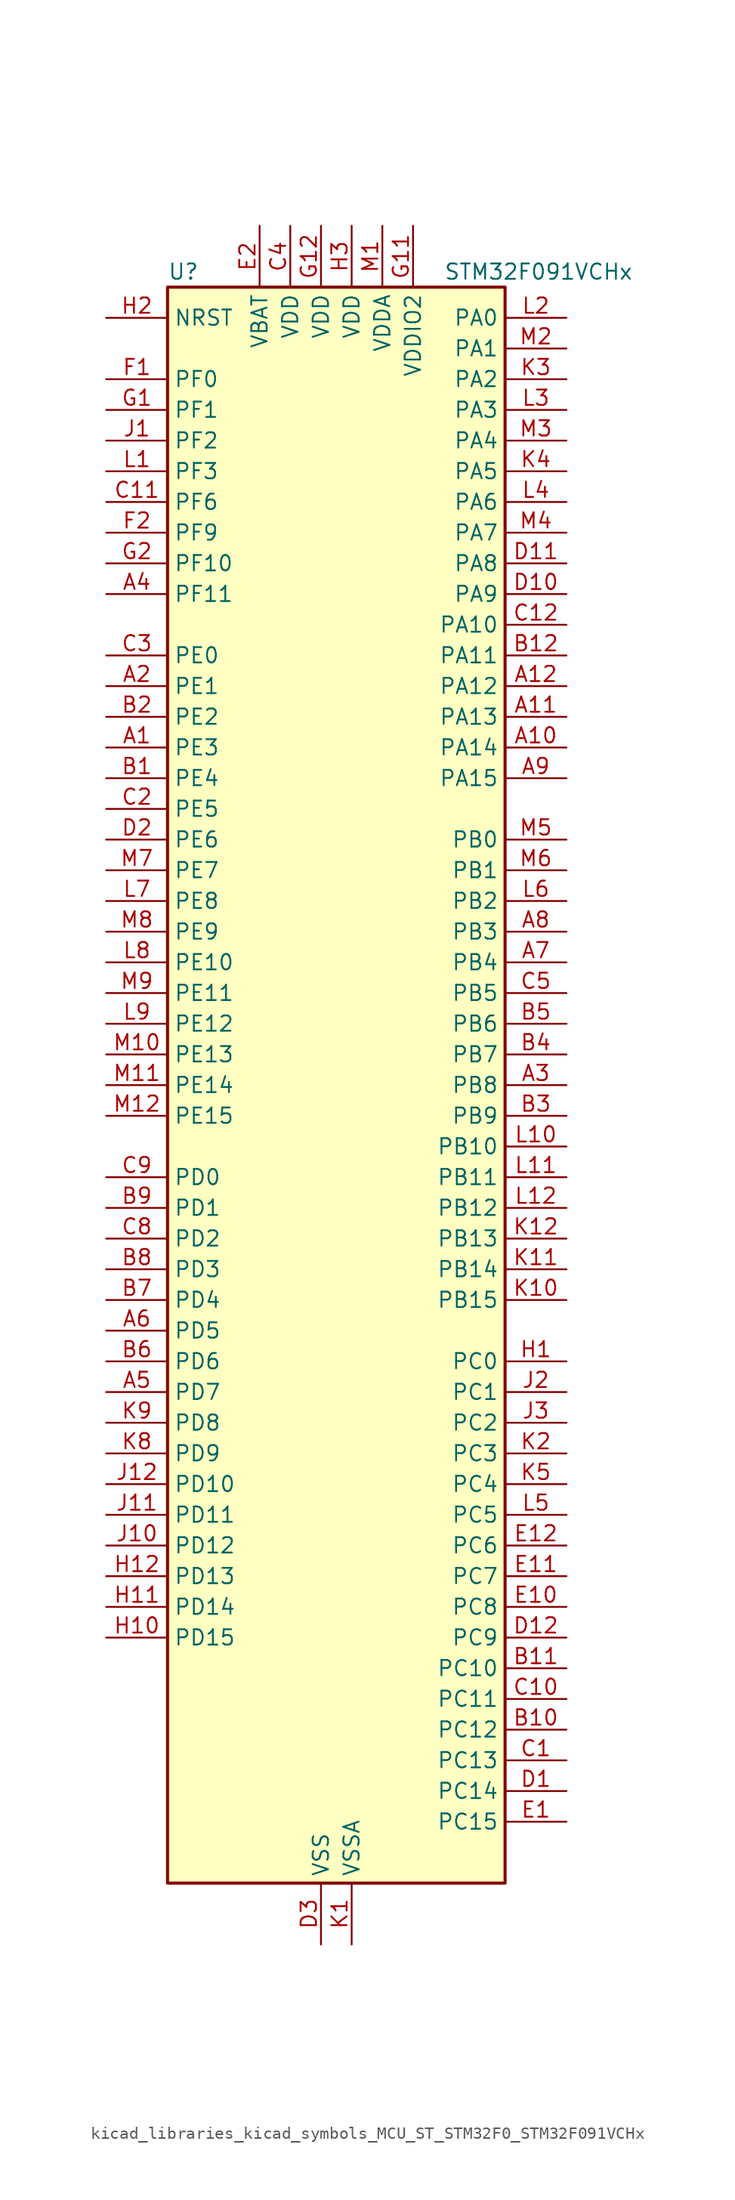
<source format=kicad_sym>
(kicad_symbol_lib
  (version 20220914)
  (generator kicad_symbol_editor)
  (symbol "kicad_libraries_kicad_symbols_MCU_ST_STM32F0_STM32F091VCHx"
    (property "Reference" "U"
      (at -12.7 67.31 0)
      (effects (font (size 1.27 1.27)) (justify left)))
    (property "Value" "STM32F091VCHx"
      (at 10.16 67.31 0)
      (effects (font (size 1.27 1.27)) (justify left)))
    (property "ki_locked" ""
      (at 0 0 0)
      (effects (font (size 1.27 1.27))))
    (symbol "kicad_libraries_kicad_symbols_MCU_ST_STM32F0_STM32F091VCHx_0_1"
      (rectangle (start -12.7 -66.04) (end 15.24 66.04) (stroke (width 0.254) (type default)) (fill (type background))))
    (symbol "kicad_libraries_kicad_symbols_MCU_ST_STM32F0_STM32F091VCHx_1_1"
      (pin bidirectional line (at -17.78 27.94 0) (length 5.08) (name "PE3" (effects (font (size 1.27 1.27)))) (number "A1" (effects (font (size 1.27 1.27)))) (alternate "TIM3_CH1" bidirectional line) (alternate "TSC_G7_IO2" bidirectional line))
      (pin bidirectional line (at 20.32 27.94 180) (length 5.08) (name "PA14" (effects (font (size 1.27 1.27)))) (number "A10" (effects (font (size 1.27 1.27)))) (alternate "SYS_SWCLK" bidirectional line) (alternate "USART2_TX" bidirectional line))
      (pin bidirectional line (at 20.32 30.48 180) (length 5.08) (name "PA13" (effects (font (size 1.27 1.27)))) (number "A11" (effects (font (size 1.27 1.27)))) (alternate "IR_OUT" bidirectional line) (alternate "SYS_SWDIO" bidirectional line))
      (pin bidirectional line (at 20.32 33.02 180) (length 5.08) (name "PA12" (effects (font (size 1.27 1.27)))) (number "A12" (effects (font (size 1.27 1.27)))) (alternate "CAN_TX" bidirectional line) (alternate "COMP2_OUT" bidirectional line) (alternate "I2C2_SDA" bidirectional line) (alternate "TIM1_ETR" bidirectional line) (alternate "TSC_G4_IO4" bidirectional line) (alternate "USART1_DE" bidirectional line) (alternate "USART1_RTS" bidirectional line))
      (pin bidirectional line (at -17.78 33.02 0) (length 5.08) (name "PE1" (effects (font (size 1.27 1.27)))) (number "A2" (effects (font (size 1.27 1.27)))) (alternate "TIM17_CH1" bidirectional line))
      (pin bidirectional line (at 20.32 0 180) (length 5.08) (name "PB8" (effects (font (size 1.27 1.27)))) (number "A3" (effects (font (size 1.27 1.27)))) (alternate "CAN_RX" bidirectional line) (alternate "CEC" bidirectional line) (alternate "I2C1_SCL" bidirectional line) (alternate "TIM16_CH1" bidirectional line) (alternate "TSC_SYNC" bidirectional line))
      (pin bidirectional line (at -17.78 40.64 0) (length 5.08) (name "PF11" (effects (font (size 1.27 1.27)))) (number "A4" (effects (font (size 1.27 1.27)))))
      (pin bidirectional line (at -17.78 -25.4 0) (length 5.08) (name "PD7" (effects (font (size 1.27 1.27)))) (number "A5" (effects (font (size 1.27 1.27)))) (alternate "USART2_CK" bidirectional line))
      (pin bidirectional line (at -17.78 -20.32 0) (length 5.08) (name "PD5" (effects (font (size 1.27 1.27)))) (number "A6" (effects (font (size 1.27 1.27)))) (alternate "USART2_TX" bidirectional line))
      (pin bidirectional line (at 20.32 10.16 180) (length 5.08) (name "PB4" (effects (font (size 1.27 1.27)))) (number "A7" (effects (font (size 1.27 1.27)))) (alternate "I2S1_MCK" bidirectional line) (alternate "SPI1_MISO" bidirectional line) (alternate "TIM17_BKIN" bidirectional line) (alternate "TIM3_CH1" bidirectional line) (alternate "TSC_G5_IO2" bidirectional line) (alternate "USART5_RX" bidirectional line))
      (pin bidirectional line (at 20.32 12.7 180) (length 5.08) (name "PB3" (effects (font (size 1.27 1.27)))) (number "A8" (effects (font (size 1.27 1.27)))) (alternate "I2S1_CK" bidirectional line) (alternate "SPI1_SCK" bidirectional line) (alternate "TIM2_CH2" bidirectional line) (alternate "TSC_G5_IO1" bidirectional line) (alternate "USART5_TX" bidirectional line))
      (pin bidirectional line (at 20.32 25.4 180) (length 5.08) (name "PA15" (effects (font (size 1.27 1.27)))) (number "A9" (effects (font (size 1.27 1.27)))) (alternate "I2S1_WS" bidirectional line) (alternate "SPI1_NSS" bidirectional line) (alternate "TIM2_CH1" bidirectional line) (alternate "TIM2_ETR" bidirectional line) (alternate "USART2_RX" bidirectional line) (alternate "USART4_DE" bidirectional line) (alternate "USART4_RTS" bidirectional line))
      (pin bidirectional line (at -17.78 25.4 0) (length 5.08) (name "PE4" (effects (font (size 1.27 1.27)))) (number "B1" (effects (font (size 1.27 1.27)))) (alternate "TIM3_CH2" bidirectional line) (alternate "TSC_G7_IO3" bidirectional line))
      (pin bidirectional line (at 20.32 -53.34 180) (length 5.08) (name "PC12" (effects (font (size 1.27 1.27)))) (number "B10" (effects (font (size 1.27 1.27)))) (alternate "USART3_CK" bidirectional line) (alternate "USART4_CK" bidirectional line) (alternate "USART5_TX" bidirectional line))
      (pin bidirectional line (at 20.32 -48.26 180) (length 5.08) (name "PC10" (effects (font (size 1.27 1.27)))) (number "B11" (effects (font (size 1.27 1.27)))) (alternate "USART3_TX" bidirectional line) (alternate "USART4_TX" bidirectional line))
      (pin bidirectional line (at 20.32 35.56 180) (length 5.08) (name "PA11" (effects (font (size 1.27 1.27)))) (number "B12" (effects (font (size 1.27 1.27)))) (alternate "CAN_RX" bidirectional line) (alternate "COMP1_OUT" bidirectional line) (alternate "I2C2_SCL" bidirectional line) (alternate "TIM1_CH4" bidirectional line) (alternate "TSC_G4_IO3" bidirectional line) (alternate "USART1_CTS" bidirectional line))
      (pin bidirectional line (at -17.78 30.48 0) (length 5.08) (name "PE2" (effects (font (size 1.27 1.27)))) (number "B2" (effects (font (size 1.27 1.27)))) (alternate "TIM3_ETR" bidirectional line) (alternate "TSC_G7_IO1" bidirectional line))
      (pin bidirectional line (at 20.32 -2.54 180) (length 5.08) (name "PB9" (effects (font (size 1.27 1.27)))) (number "B3" (effects (font (size 1.27 1.27)))) (alternate "CAN_TX" bidirectional line) (alternate "DAC_EXTI9" bidirectional line) (alternate "I2C1_SDA" bidirectional line) (alternate "I2S2_WS" bidirectional line) (alternate "IR_OUT" bidirectional line) (alternate "SPI2_NSS" bidirectional line) (alternate "TIM17_CH1" bidirectional line))
      (pin bidirectional line (at 20.32 2.54 180) (length 5.08) (name "PB7" (effects (font (size 1.27 1.27)))) (number "B4" (effects (font (size 1.27 1.27)))) (alternate "I2C1_SDA" bidirectional line) (alternate "TIM17_CH1N" bidirectional line) (alternate "TSC_G5_IO4" bidirectional line) (alternate "USART1_RX" bidirectional line) (alternate "USART4_CTS" bidirectional line))
      (pin bidirectional line (at 20.32 5.08 180) (length 5.08) (name "PB6" (effects (font (size 1.27 1.27)))) (number "B5" (effects (font (size 1.27 1.27)))) (alternate "I2C1_SCL" bidirectional line) (alternate "TIM16_CH1N" bidirectional line) (alternate "TSC_G5_IO3" bidirectional line) (alternate "USART1_TX" bidirectional line))
      (pin bidirectional line (at -17.78 -22.86 0) (length 5.08) (name "PD6" (effects (font (size 1.27 1.27)))) (number "B6" (effects (font (size 1.27 1.27)))) (alternate "USART2_RX" bidirectional line))
      (pin bidirectional line (at -17.78 -17.78 0) (length 5.08) (name "PD4" (effects (font (size 1.27 1.27)))) (number "B7" (effects (font (size 1.27 1.27)))) (alternate "I2S2_SD" bidirectional line) (alternate "SPI2_MOSI" bidirectional line) (alternate "USART2_DE" bidirectional line) (alternate "USART2_RTS" bidirectional line))
      (pin bidirectional line (at -17.78 -15.24 0) (length 5.08) (name "PD3" (effects (font (size 1.27 1.27)))) (number "B8" (effects (font (size 1.27 1.27)))) (alternate "I2S2_MCK" bidirectional line) (alternate "SPI2_MISO" bidirectional line) (alternate "USART2_CTS" bidirectional line))
      (pin bidirectional line (at -17.78 -10.16 0) (length 5.08) (name "PD1" (effects (font (size 1.27 1.27)))) (number "B9" (effects (font (size 1.27 1.27)))) (alternate "CAN_TX" bidirectional line) (alternate "I2S2_CK" bidirectional line) (alternate "SPI2_SCK" bidirectional line))
      (pin bidirectional line (at 20.32 -55.88 180) (length 5.08) (name "PC13" (effects (font (size 1.27 1.27)))) (number "C1" (effects (font (size 1.27 1.27)))) (alternate "RTC_OUT_ALARM" bidirectional line) (alternate "RTC_OUT_CALIB" bidirectional line) (alternate "RTC_TAMP1" bidirectional line) (alternate "RTC_TS" bidirectional line) (alternate "SYS_WKUP2" bidirectional line))
      (pin bidirectional line (at 20.32 -50.8 180) (length 5.08) (name "PC11" (effects (font (size 1.27 1.27)))) (number "C10" (effects (font (size 1.27 1.27)))) (alternate "USART3_RX" bidirectional line) (alternate "USART4_RX" bidirectional line))
      (pin bidirectional line (at -17.78 48.26 0) (length 5.08) (name "PF6" (effects (font (size 1.27 1.27)))) (number "C11" (effects (font (size 1.27 1.27)))))
      (pin bidirectional line (at 20.32 38.1 180) (length 5.08) (name "PA10" (effects (font (size 1.27 1.27)))) (number "C12" (effects (font (size 1.27 1.27)))) (alternate "I2C1_SDA" bidirectional line) (alternate "TIM17_BKIN" bidirectional line) (alternate "TIM1_CH3" bidirectional line) (alternate "TSC_G4_IO2" bidirectional line) (alternate "USART1_RX" bidirectional line))
      (pin bidirectional line (at -17.78 22.86 0) (length 5.08) (name "PE5" (effects (font (size 1.27 1.27)))) (number "C2" (effects (font (size 1.27 1.27)))) (alternate "TIM3_CH3" bidirectional line) (alternate "TSC_G7_IO4" bidirectional line))
      (pin bidirectional line (at -17.78 35.56 0) (length 5.08) (name "PE0" (effects (font (size 1.27 1.27)))) (number "C3" (effects (font (size 1.27 1.27)))) (alternate "TIM16_CH1" bidirectional line))
      (pin power_in line (at -2.54 71.12 270) (length 5.08) (name "VDD" (effects (font (size 1.27 1.27)))) (number "C4" (effects (font (size 1.27 1.27)))))
      (pin bidirectional line (at 20.32 7.62 180) (length 5.08) (name "PB5" (effects (font (size 1.27 1.27)))) (number "C5" (effects (font (size 1.27 1.27)))) (alternate "I2C1_SMBA" bidirectional line) (alternate "I2S1_SD" bidirectional line) (alternate "SPI1_MOSI" bidirectional line) (alternate "SYS_WKUP6" bidirectional line) (alternate "TIM16_BKIN" bidirectional line) (alternate "TIM3_CH2" bidirectional line) (alternate "USART5_CK" bidirectional line) (alternate "USART5_DE" bidirectional line) (alternate "USART5_RTS" bidirectional line))
      (pin bidirectional line (at -17.78 -12.7 0) (length 5.08) (name "PD2" (effects (font (size 1.27 1.27)))) (number "C8" (effects (font (size 1.27 1.27)))) (alternate "TIM3_ETR" bidirectional line) (alternate "USART3_DE" bidirectional line) (alternate "USART3_RTS" bidirectional line) (alternate "USART5_RX" bidirectional line))
      (pin bidirectional line (at -17.78 -7.62 0) (length 5.08) (name "PD0" (effects (font (size 1.27 1.27)))) (number "C9" (effects (font (size 1.27 1.27)))) (alternate "CAN_RX" bidirectional line) (alternate "I2S2_WS" bidirectional line) (alternate "SPI2_NSS" bidirectional line))
      (pin bidirectional line (at 20.32 -58.42 180) (length 5.08) (name "PC14" (effects (font (size 1.27 1.27)))) (number "D1" (effects (font (size 1.27 1.27)))) (alternate "RCC_OSC32_IN" bidirectional line))
      (pin bidirectional line (at 20.32 40.64 180) (length 5.08) (name "PA9" (effects (font (size 1.27 1.27)))) (number "D10" (effects (font (size 1.27 1.27)))) (alternate "DAC_EXTI9" bidirectional line) (alternate "I2C1_SCL" bidirectional line) (alternate "RCC_MCO" bidirectional line) (alternate "TIM15_BKIN" bidirectional line) (alternate "TIM1_CH2" bidirectional line) (alternate "TSC_G4_IO1" bidirectional line) (alternate "USART1_TX" bidirectional line))
      (pin bidirectional line (at 20.32 43.18 180) (length 5.08) (name "PA8" (effects (font (size 1.27 1.27)))) (number "D11" (effects (font (size 1.27 1.27)))) (alternate "CRS_SYNC" bidirectional line) (alternate "RCC_MCO" bidirectional line) (alternate "TIM1_CH1" bidirectional line) (alternate "USART1_CK" bidirectional line))
      (pin bidirectional line (at 20.32 -45.72 180) (length 5.08) (name "PC9" (effects (font (size 1.27 1.27)))) (number "D12" (effects (font (size 1.27 1.27)))) (alternate "DAC_EXTI9" bidirectional line) (alternate "TIM3_CH4" bidirectional line) (alternate "USART8_RX" bidirectional line))
      (pin bidirectional line (at -17.78 20.32 0) (length 5.08) (name "PE6" (effects (font (size 1.27 1.27)))) (number "D2" (effects (font (size 1.27 1.27)))) (alternate "RTC_TAMP3" bidirectional line) (alternate "SYS_WKUP3" bidirectional line) (alternate "TIM3_CH4" bidirectional line))
      (pin power_in line (at 0 -71.12 90) (length 5.08) (name "VSS" (effects (font (size 1.27 1.27)))) (number "D3" (effects (font (size 1.27 1.27)))))
      (pin bidirectional line (at 20.32 -60.96 180) (length 5.08) (name "PC15" (effects (font (size 1.27 1.27)))) (number "E1" (effects (font (size 1.27 1.27)))) (alternate "RCC_OSC32_OUT" bidirectional line))
      (pin bidirectional line (at 20.32 -43.18 180) (length 5.08) (name "PC8" (effects (font (size 1.27 1.27)))) (number "E10" (effects (font (size 1.27 1.27)))) (alternate "TIM3_CH3" bidirectional line) (alternate "USART8_TX" bidirectional line))
      (pin bidirectional line (at 20.32 -40.64 180) (length 5.08) (name "PC7" (effects (font (size 1.27 1.27)))) (number "E11" (effects (font (size 1.27 1.27)))) (alternate "TIM3_CH2" bidirectional line) (alternate "USART7_RX" bidirectional line))
      (pin bidirectional line (at 20.32 -38.1 180) (length 5.08) (name "PC6" (effects (font (size 1.27 1.27)))) (number "E12" (effects (font (size 1.27 1.27)))) (alternate "TIM3_CH1" bidirectional line) (alternate "USART7_TX" bidirectional line))
      (pin power_in line (at -5.08 71.12 270) (length 5.08) (name "VBAT" (effects (font (size 1.27 1.27)))) (number "E2" (effects (font (size 1.27 1.27)))))
      (pin no_connect line (at -12.7 -66.04 0) (length 5.08) hide (name "NC" (effects (font (size 1.27 1.27)))) (number "E3" (effects (font (size 1.27 1.27)))))
      (pin bidirectional line (at -17.78 58.42 0) (length 5.08) (name "PF0" (effects (font (size 1.27 1.27)))) (number "F1" (effects (font (size 1.27 1.27)))) (alternate "CRS_SYNC" bidirectional line) (alternate "I2C1_SDA" bidirectional line) (alternate "RCC_OSC_IN" bidirectional line))
      (pin passive line (at 0 -71.12 90) (length 5.08) hide (name "VSS" (effects (font (size 1.27 1.27)))) (number "F11" (effects (font (size 1.27 1.27)))))
      (pin passive line (at 0 -71.12 90) (length 5.08) hide (name "VSS" (effects (font (size 1.27 1.27)))) (number "F12" (effects (font (size 1.27 1.27)))))
      (pin bidirectional line (at -17.78 45.72 0) (length 5.08) (name "PF9" (effects (font (size 1.27 1.27)))) (number "F2" (effects (font (size 1.27 1.27)))) (alternate "DAC_EXTI9" bidirectional line) (alternate "TIM15_CH1" bidirectional line) (alternate "USART6_TX" bidirectional line))
      (pin bidirectional line (at -17.78 55.88 0) (length 5.08) (name "PF1" (effects (font (size 1.27 1.27)))) (number "G1" (effects (font (size 1.27 1.27)))) (alternate "I2C1_SCL" bidirectional line) (alternate "RCC_OSC_OUT" bidirectional line))
      (pin power_in line (at 7.62 71.12 270) (length 5.08) (name "VDDIO2" (effects (font (size 1.27 1.27)))) (number "G11" (effects (font (size 1.27 1.27)))))
      (pin power_in line (at 0 71.12 270) (length 5.08) (name "VDD" (effects (font (size 1.27 1.27)))) (number "G12" (effects (font (size 1.27 1.27)))))
      (pin bidirectional line (at -17.78 43.18 0) (length 5.08) (name "PF10" (effects (font (size 1.27 1.27)))) (number "G2" (effects (font (size 1.27 1.27)))) (alternate "TIM15_CH2" bidirectional line) (alternate "USART6_RX" bidirectional line))
      (pin bidirectional line (at 20.32 -22.86 180) (length 5.08) (name "PC0" (effects (font (size 1.27 1.27)))) (number "H1" (effects (font (size 1.27 1.27)))) (alternate "ADC_IN10" bidirectional line) (alternate "USART6_TX" bidirectional line) (alternate "USART7_TX" bidirectional line))
      (pin bidirectional line (at -17.78 -45.72 0) (length 5.08) (name "PD15" (effects (font (size 1.27 1.27)))) (number "H10" (effects (font (size 1.27 1.27)))) (alternate "CRS_SYNC" bidirectional line) (alternate "TSC_G8_IO4" bidirectional line) (alternate "USART7_CK" bidirectional line) (alternate "USART7_DE" bidirectional line) (alternate "USART7_RTS" bidirectional line))
      (pin bidirectional line (at -17.78 -43.18 0) (length 5.08) (name "PD14" (effects (font (size 1.27 1.27)))) (number "H11" (effects (font (size 1.27 1.27)))) (alternate "TSC_G8_IO3" bidirectional line) (alternate "USART8_RX" bidirectional line))
      (pin bidirectional line (at -17.78 -40.64 0) (length 5.08) (name "PD13" (effects (font (size 1.27 1.27)))) (number "H12" (effects (font (size 1.27 1.27)))) (alternate "TSC_G8_IO2" bidirectional line) (alternate "USART8_TX" bidirectional line))
      (pin input line (at -17.78 63.5 0) (length 5.08) (name "NRST" (effects (font (size 1.27 1.27)))) (number "H2" (effects (font (size 1.27 1.27)))))
      (pin power_in line (at 2.54 71.12 270) (length 5.08) (name "VDD" (effects (font (size 1.27 1.27)))) (number "H3" (effects (font (size 1.27 1.27)))))
      (pin bidirectional line (at -17.78 53.34 0) (length 5.08) (name "PF2" (effects (font (size 1.27 1.27)))) (number "J1" (effects (font (size 1.27 1.27)))) (alternate "SYS_WKUP8" bidirectional line) (alternate "USART7_CK" bidirectional line) (alternate "USART7_DE" bidirectional line) (alternate "USART7_RTS" bidirectional line) (alternate "USART7_TX" bidirectional line))
      (pin bidirectional line (at -17.78 -38.1 0) (length 5.08) (name "PD12" (effects (font (size 1.27 1.27)))) (number "J10" (effects (font (size 1.27 1.27)))) (alternate "TSC_G8_IO1" bidirectional line) (alternate "USART3_DE" bidirectional line) (alternate "USART3_RTS" bidirectional line) (alternate "USART8_CK" bidirectional line) (alternate "USART8_DE" bidirectional line) (alternate "USART8_RTS" bidirectional line))
      (pin bidirectional line (at -17.78 -35.56 0) (length 5.08) (name "PD11" (effects (font (size 1.27 1.27)))) (number "J11" (effects (font (size 1.27 1.27)))) (alternate "USART3_CTS" bidirectional line))
      (pin bidirectional line (at -17.78 -33.02 0) (length 5.08) (name "PD10" (effects (font (size 1.27 1.27)))) (number "J12" (effects (font (size 1.27 1.27)))) (alternate "USART3_CK" bidirectional line))
      (pin bidirectional line (at 20.32 -25.4 180) (length 5.08) (name "PC1" (effects (font (size 1.27 1.27)))) (number "J2" (effects (font (size 1.27 1.27)))) (alternate "ADC_IN11" bidirectional line) (alternate "USART6_RX" bidirectional line) (alternate "USART7_RX" bidirectional line))
      (pin bidirectional line (at 20.32 -27.94 180) (length 5.08) (name "PC2" (effects (font (size 1.27 1.27)))) (number "J3" (effects (font (size 1.27 1.27)))) (alternate "ADC_IN12" bidirectional line) (alternate "I2S2_MCK" bidirectional line) (alternate "SPI2_MISO" bidirectional line) (alternate "USART8_TX" bidirectional line))
      (pin power_in line (at 2.54 -71.12 90) (length 5.08) (name "VSSA" (effects (font (size 1.27 1.27)))) (number "K1" (effects (font (size 1.27 1.27)))))
      (pin bidirectional line (at 20.32 -17.78 180) (length 5.08) (name "PB15" (effects (font (size 1.27 1.27)))) (number "K10" (effects (font (size 1.27 1.27)))) (alternate "I2S2_SD" bidirectional line) (alternate "RTC_REFIN" bidirectional line) (alternate "SPI2_MOSI" bidirectional line) (alternate "SYS_WKUP7" bidirectional line) (alternate "TIM15_CH1N" bidirectional line) (alternate "TIM15_CH2" bidirectional line) (alternate "TIM1_CH3N" bidirectional line))
      (pin bidirectional line (at 20.32 -15.24 180) (length 5.08) (name "PB14" (effects (font (size 1.27 1.27)))) (number "K11" (effects (font (size 1.27 1.27)))) (alternate "I2C2_SDA" bidirectional line) (alternate "I2S2_MCK" bidirectional line) (alternate "SPI2_MISO" bidirectional line) (alternate "TIM15_CH1" bidirectional line) (alternate "TIM1_CH2N" bidirectional line) (alternate "TSC_G6_IO4" bidirectional line) (alternate "USART3_DE" bidirectional line) (alternate "USART3_RTS" bidirectional line))
      (pin bidirectional line (at 20.32 -12.7 180) (length 5.08) (name "PB13" (effects (font (size 1.27 1.27)))) (number "K12" (effects (font (size 1.27 1.27)))) (alternate "I2C2_SCL" bidirectional line) (alternate "I2S2_CK" bidirectional line) (alternate "SPI2_SCK" bidirectional line) (alternate "TIM1_CH1N" bidirectional line) (alternate "TSC_G6_IO3" bidirectional line) (alternate "USART3_CTS" bidirectional line))
      (pin bidirectional line (at 20.32 -30.48 180) (length 5.08) (name "PC3" (effects (font (size 1.27 1.27)))) (number "K2" (effects (font (size 1.27 1.27)))) (alternate "ADC_IN13" bidirectional line) (alternate "I2S2_SD" bidirectional line) (alternate "SPI2_MOSI" bidirectional line) (alternate "USART8_RX" bidirectional line))
      (pin bidirectional line (at 20.32 58.42 180) (length 5.08) (name "PA2" (effects (font (size 1.27 1.27)))) (number "K3" (effects (font (size 1.27 1.27)))) (alternate "ADC_IN2" bidirectional line) (alternate "COMP2_INM" bidirectional line) (alternate "COMP2_OUT" bidirectional line) (alternate "SYS_WKUP4" bidirectional line) (alternate "TIM15_CH1" bidirectional line) (alternate "TIM2_CH3" bidirectional line) (alternate "TSC_G1_IO3" bidirectional line) (alternate "USART2_TX" bidirectional line))
      (pin bidirectional line (at 20.32 50.8 180) (length 5.08) (name "PA5" (effects (font (size 1.27 1.27)))) (number "K4" (effects (font (size 1.27 1.27)))) (alternate "ADC_IN5" bidirectional line) (alternate "CEC" bidirectional line) (alternate "COMP1_INM" bidirectional line) (alternate "COMP2_INM" bidirectional line) (alternate "DAC_OUT2" bidirectional line) (alternate "I2S1_CK" bidirectional line) (alternate "SPI1_SCK" bidirectional line) (alternate "TIM2_CH1" bidirectional line) (alternate "TIM2_ETR" bidirectional line) (alternate "TSC_G2_IO2" bidirectional line) (alternate "USART6_RX" bidirectional line))
      (pin bidirectional line (at 20.32 -33.02 180) (length 5.08) (name "PC4" (effects (font (size 1.27 1.27)))) (number "K5" (effects (font (size 1.27 1.27)))) (alternate "ADC_IN14" bidirectional line) (alternate "USART3_TX" bidirectional line))
      (pin bidirectional line (at -17.78 -30.48 0) (length 5.08) (name "PD9" (effects (font (size 1.27 1.27)))) (number "K8" (effects (font (size 1.27 1.27)))) (alternate "DAC_EXTI9" bidirectional line) (alternate "USART3_RX" bidirectional line))
      (pin bidirectional line (at -17.78 -27.94 0) (length 5.08) (name "PD8" (effects (font (size 1.27 1.27)))) (number "K9" (effects (font (size 1.27 1.27)))) (alternate "USART3_TX" bidirectional line))
      (pin bidirectional line (at -17.78 50.8 0) (length 5.08) (name "PF3" (effects (font (size 1.27 1.27)))) (number "L1" (effects (font (size 1.27 1.27)))) (alternate "USART6_CK" bidirectional line) (alternate "USART6_DE" bidirectional line) (alternate "USART6_RTS" bidirectional line) (alternate "USART7_RX" bidirectional line))
      (pin bidirectional line (at 20.32 -5.08 180) (length 5.08) (name "PB10" (effects (font (size 1.27 1.27)))) (number "L10" (effects (font (size 1.27 1.27)))) (alternate "CEC" bidirectional line) (alternate "I2C2_SCL" bidirectional line) (alternate "I2S2_CK" bidirectional line) (alternate "SPI2_SCK" bidirectional line) (alternate "TIM2_CH3" bidirectional line) (alternate "TSC_SYNC" bidirectional line) (alternate "USART3_TX" bidirectional line))
      (pin bidirectional line (at 20.32 -7.62 180) (length 5.08) (name "PB11" (effects (font (size 1.27 1.27)))) (number "L11" (effects (font (size 1.27 1.27)))) (alternate "I2C2_SDA" bidirectional line) (alternate "TIM2_CH4" bidirectional line) (alternate "TSC_G6_IO1" bidirectional line) (alternate "USART3_RX" bidirectional line))
      (pin bidirectional line (at 20.32 -10.16 180) (length 5.08) (name "PB12" (effects (font (size 1.27 1.27)))) (number "L12" (effects (font (size 1.27 1.27)))) (alternate "I2S2_WS" bidirectional line) (alternate "SPI2_NSS" bidirectional line) (alternate "TIM15_BKIN" bidirectional line) (alternate "TIM1_BKIN" bidirectional line) (alternate "TSC_G6_IO2" bidirectional line) (alternate "USART3_CK" bidirectional line))
      (pin bidirectional line (at 20.32 63.5 180) (length 5.08) (name "PA0" (effects (font (size 1.27 1.27)))) (number "L2" (effects (font (size 1.27 1.27)))) (alternate "ADC_IN0" bidirectional line) (alternate "COMP1_INM" bidirectional line) (alternate "COMP1_OUT" bidirectional line) (alternate "RTC_TAMP2" bidirectional line) (alternate "SYS_WKUP1" bidirectional line) (alternate "TIM2_CH1" bidirectional line) (alternate "TIM2_ETR" bidirectional line) (alternate "TSC_G1_IO1" bidirectional line) (alternate "USART2_CTS" bidirectional line) (alternate "USART4_TX" bidirectional line))
      (pin bidirectional line (at 20.32 55.88 180) (length 5.08) (name "PA3" (effects (font (size 1.27 1.27)))) (number "L3" (effects (font (size 1.27 1.27)))) (alternate "ADC_IN3" bidirectional line) (alternate "COMP2_INP" bidirectional line) (alternate "TIM15_CH2" bidirectional line) (alternate "TIM2_CH4" bidirectional line) (alternate "TSC_G1_IO4" bidirectional line) (alternate "USART2_RX" bidirectional line))
      (pin bidirectional line (at 20.32 48.26 180) (length 5.08) (name "PA6" (effects (font (size 1.27 1.27)))) (number "L4" (effects (font (size 1.27 1.27)))) (alternate "ADC_IN6" bidirectional line) (alternate "COMP1_OUT" bidirectional line) (alternate "I2S1_MCK" bidirectional line) (alternate "SPI1_MISO" bidirectional line) (alternate "TIM16_CH1" bidirectional line) (alternate "TIM1_BKIN" bidirectional line) (alternate "TIM3_CH1" bidirectional line) (alternate "TSC_G2_IO3" bidirectional line) (alternate "USART3_CTS" bidirectional line))
      (pin bidirectional line (at 20.32 -35.56 180) (length 5.08) (name "PC5" (effects (font (size 1.27 1.27)))) (number "L5" (effects (font (size 1.27 1.27)))) (alternate "ADC_IN15" bidirectional line) (alternate "SYS_WKUP5" bidirectional line) (alternate "TSC_G3_IO1" bidirectional line) (alternate "USART3_RX" bidirectional line))
      (pin bidirectional line (at 20.32 15.24 180) (length 5.08) (name "PB2" (effects (font (size 1.27 1.27)))) (number "L6" (effects (font (size 1.27 1.27)))) (alternate "TSC_G3_IO4" bidirectional line))
      (pin bidirectional line (at -17.78 15.24 0) (length 5.08) (name "PE8" (effects (font (size 1.27 1.27)))) (number "L7" (effects (font (size 1.27 1.27)))) (alternate "TIM1_CH1N" bidirectional line) (alternate "USART4_TX" bidirectional line))
      (pin bidirectional line (at -17.78 10.16 0) (length 5.08) (name "PE10" (effects (font (size 1.27 1.27)))) (number "L8" (effects (font (size 1.27 1.27)))) (alternate "TIM1_CH2N" bidirectional line) (alternate "USART5_TX" bidirectional line))
      (pin bidirectional line (at -17.78 5.08 0) (length 5.08) (name "PE12" (effects (font (size 1.27 1.27)))) (number "L9" (effects (font (size 1.27 1.27)))) (alternate "I2S1_WS" bidirectional line) (alternate "SPI1_NSS" bidirectional line) (alternate "TIM1_CH3N" bidirectional line))
      (pin power_in line (at 5.08 71.12 270) (length 5.08) (name "VDDA" (effects (font (size 1.27 1.27)))) (number "M1" (effects (font (size 1.27 1.27)))))
      (pin bidirectional line (at -17.78 2.54 0) (length 5.08) (name "PE13" (effects (font (size 1.27 1.27)))) (number "M10" (effects (font (size 1.27 1.27)))) (alternate "I2S1_CK" bidirectional line) (alternate "SPI1_SCK" bidirectional line) (alternate "TIM1_CH3" bidirectional line))
      (pin bidirectional line (at -17.78 0 0) (length 5.08) (name "PE14" (effects (font (size 1.27 1.27)))) (number "M11" (effects (font (size 1.27 1.27)))) (alternate "I2S1_MCK" bidirectional line) (alternate "SPI1_MISO" bidirectional line) (alternate "TIM1_CH4" bidirectional line))
      (pin bidirectional line (at -17.78 -2.54 0) (length 5.08) (name "PE15" (effects (font (size 1.27 1.27)))) (number "M12" (effects (font (size 1.27 1.27)))) (alternate "I2S1_SD" bidirectional line) (alternate "SPI1_MOSI" bidirectional line) (alternate "TIM1_BKIN" bidirectional line))
      (pin bidirectional line (at 20.32 60.96 180) (length 5.08) (name "PA1" (effects (font (size 1.27 1.27)))) (number "M2" (effects (font (size 1.27 1.27)))) (alternate "ADC_IN1" bidirectional line) (alternate "COMP1_INP" bidirectional line) (alternate "TIM15_CH1N" bidirectional line) (alternate "TIM2_CH2" bidirectional line) (alternate "TSC_G1_IO2" bidirectional line) (alternate "USART2_DE" bidirectional line) (alternate "USART2_RTS" bidirectional line) (alternate "USART4_RX" bidirectional line))
      (pin bidirectional line (at 20.32 53.34 180) (length 5.08) (name "PA4" (effects (font (size 1.27 1.27)))) (number "M3" (effects (font (size 1.27 1.27)))) (alternate "ADC_IN4" bidirectional line) (alternate "COMP1_INM" bidirectional line) (alternate "COMP2_INM" bidirectional line) (alternate "DAC_OUT1" bidirectional line) (alternate "I2S1_WS" bidirectional line) (alternate "SPI1_NSS" bidirectional line) (alternate "TIM14_CH1" bidirectional line) (alternate "TSC_G2_IO1" bidirectional line) (alternate "USART2_CK" bidirectional line) (alternate "USART6_TX" bidirectional line))
      (pin bidirectional line (at 20.32 45.72 180) (length 5.08) (name "PA7" (effects (font (size 1.27 1.27)))) (number "M4" (effects (font (size 1.27 1.27)))) (alternate "ADC_IN7" bidirectional line) (alternate "COMP2_OUT" bidirectional line) (alternate "I2S1_SD" bidirectional line) (alternate "SPI1_MOSI" bidirectional line) (alternate "TIM14_CH1" bidirectional line) (alternate "TIM17_CH1" bidirectional line) (alternate "TIM1_CH1N" bidirectional line) (alternate "TIM3_CH2" bidirectional line) (alternate "TSC_G2_IO4" bidirectional line))
      (pin bidirectional line (at 20.32 20.32 180) (length 5.08) (name "PB0" (effects (font (size 1.27 1.27)))) (number "M5" (effects (font (size 1.27 1.27)))) (alternate "ADC_IN8" bidirectional line) (alternate "TIM1_CH2N" bidirectional line) (alternate "TIM3_CH3" bidirectional line) (alternate "TSC_G3_IO2" bidirectional line) (alternate "USART3_CK" bidirectional line))
      (pin bidirectional line (at 20.32 17.78 180) (length 5.08) (name "PB1" (effects (font (size 1.27 1.27)))) (number "M6" (effects (font (size 1.27 1.27)))) (alternate "ADC_IN9" bidirectional line) (alternate "TIM14_CH1" bidirectional line) (alternate "TIM1_CH3N" bidirectional line) (alternate "TIM3_CH4" bidirectional line) (alternate "TSC_G3_IO3" bidirectional line) (alternate "USART3_DE" bidirectional line) (alternate "USART3_RTS" bidirectional line))
      (pin bidirectional line (at -17.78 17.78 0) (length 5.08) (name "PE7" (effects (font (size 1.27 1.27)))) (number "M7" (effects (font (size 1.27 1.27)))) (alternate "TIM1_ETR" bidirectional line) (alternate "USART5_CK" bidirectional line) (alternate "USART5_DE" bidirectional line) (alternate "USART5_RTS" bidirectional line))
      (pin bidirectional line (at -17.78 12.7 0) (length 5.08) (name "PE9" (effects (font (size 1.27 1.27)))) (number "M8" (effects (font (size 1.27 1.27)))) (alternate "DAC_EXTI9" bidirectional line) (alternate "TIM1_CH1" bidirectional line) (alternate "USART4_RX" bidirectional line))
      (pin bidirectional line (at -17.78 7.62 0) (length 5.08) (name "PE11" (effects (font (size 1.27 1.27)))) (number "M9" (effects (font (size 1.27 1.27)))) (alternate "TIM1_CH2" bidirectional line) (alternate "USART5_RX" bidirectional line)))))
</source>
